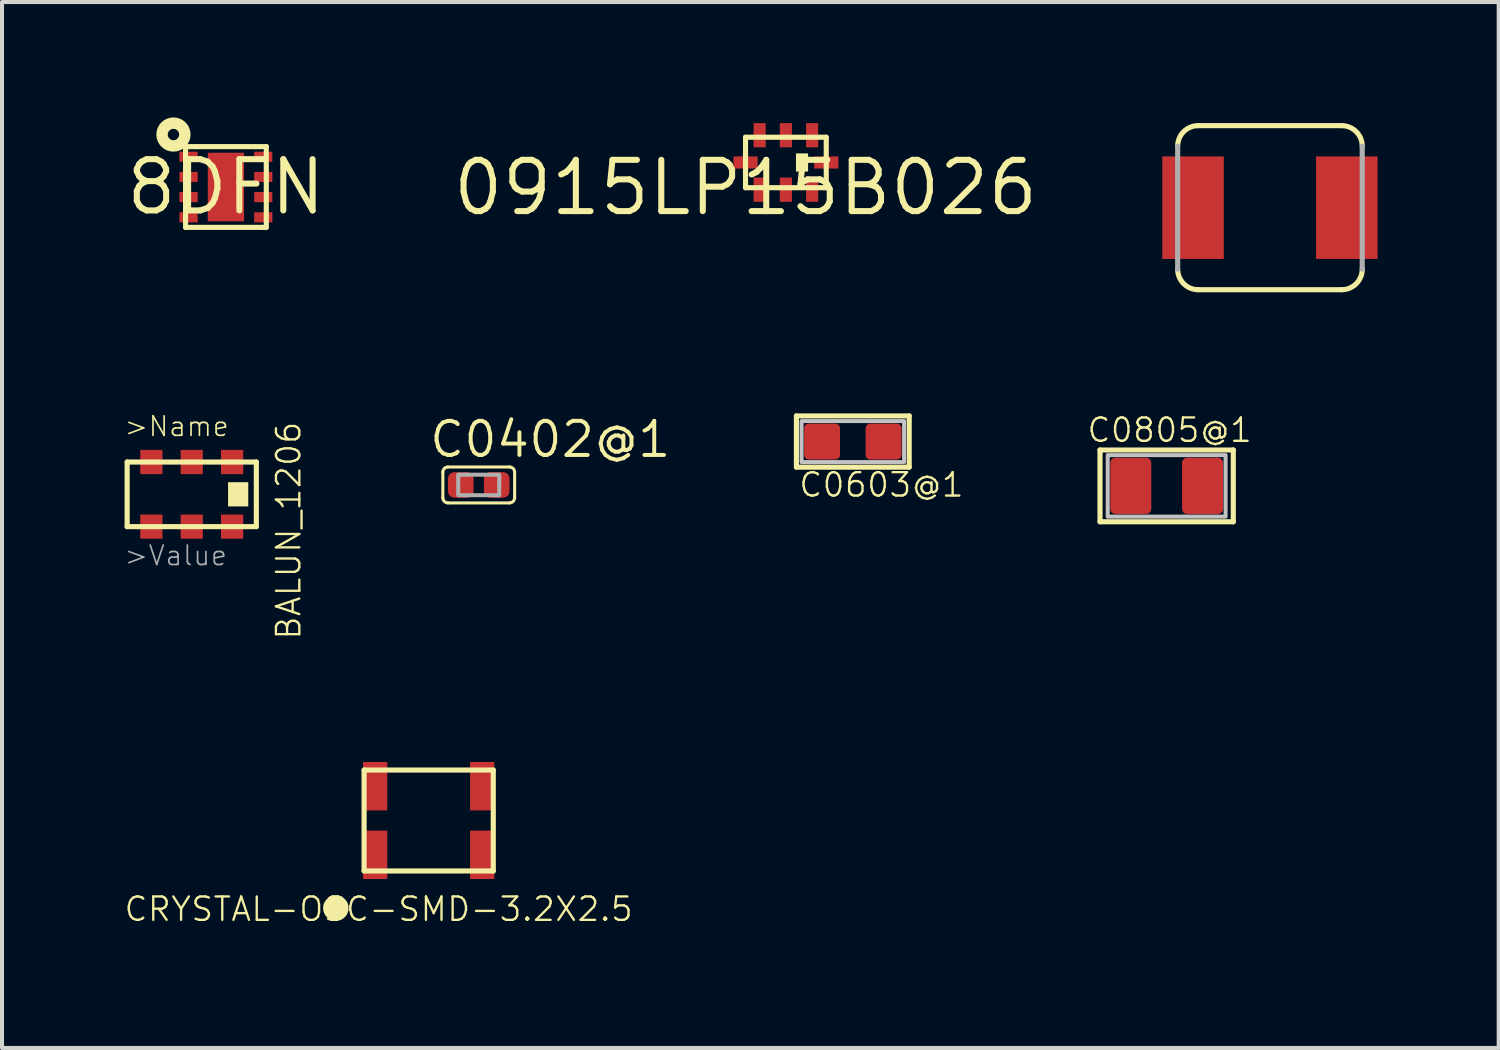
<source format=kicad_pcb>
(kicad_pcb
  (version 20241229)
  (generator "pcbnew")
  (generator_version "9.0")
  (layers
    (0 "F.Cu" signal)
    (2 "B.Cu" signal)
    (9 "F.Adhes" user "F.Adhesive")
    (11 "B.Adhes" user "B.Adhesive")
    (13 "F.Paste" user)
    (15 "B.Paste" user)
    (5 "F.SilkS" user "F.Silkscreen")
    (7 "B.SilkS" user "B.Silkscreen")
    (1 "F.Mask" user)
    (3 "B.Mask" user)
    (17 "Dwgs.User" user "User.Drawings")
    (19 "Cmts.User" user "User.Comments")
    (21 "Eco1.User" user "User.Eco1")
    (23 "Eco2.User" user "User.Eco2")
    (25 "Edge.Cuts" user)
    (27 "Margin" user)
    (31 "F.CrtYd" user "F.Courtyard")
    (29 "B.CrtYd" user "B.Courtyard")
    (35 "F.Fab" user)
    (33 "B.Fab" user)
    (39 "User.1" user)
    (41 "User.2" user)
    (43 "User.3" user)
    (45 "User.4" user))
  (footprint "8DFN"
    (layer "F.Cu")
    (at 2.547 1.583)
    (property "Reference" "8DFN" (at 0 0 0) (layer "F.SilkS") (effects (font (size 1.27 1.27) (thickness 0.15))))
    (attr through_hole)
    (fp_line (start -1 -1) (end 1 -1) (stroke (width 0.127) (type solid)) (layer "F.SilkS"))
    (fp_line (start -1 1) (end -1 -1) (stroke (width 0.127) (type solid)) (layer "F.SilkS"))
    (fp_line (start 1 -1) (end 1 1) (stroke (width 0.127) (type solid)) (layer "F.SilkS"))
    (fp_line (start 1 1) (end -1 1) (stroke (width 0.127) (type solid)) (layer "F.SilkS"))
    (fp_circle (center -1.3 -1.3) (end -1.159 -1.3) (stroke (width 0.283) (type solid)) (fill no) (layer "F.SilkS"))
    (pad "P$1" smd rect (at -0.925 -0.75 90) (size 0.25 0.45) (layers "F.Cu" "F.Mask" "F.Paste"))
    (pad "P$2" smd rect (at -0.925 -0.25 90) (size 0.25 0.45) (layers "F.Cu" "F.Mask" "F.Paste"))
    (pad "P$3" smd rect (at -0.925 0.25 90) (size 0.25 0.45) (layers "F.Cu" "F.Mask" "F.Paste"))
    (pad "P$4" smd rect (at -0.925 0.75 90) (size 0.25 0.45) (layers "F.Cu" "F.Mask" "F.Paste"))
    (pad "P$5" smd rect (at 0.925 0.75 90) (size 0.25 0.45) (layers "F.Cu" "F.Mask" "F.Paste"))
    (pad "P$6" smd rect (at 0.925 0.25 90) (size 0.25 0.45) (layers "F.Cu" "F.Mask" "F.Paste"))
    (pad "P$7" smd rect (at 0.925 -0.25 90) (size 0.25 0.45) (layers "F.Cu" "F.Mask" "F.Paste"))
    (pad "P$8" smd rect (at 0.925 -0.75 90) (size 0.25 0.45) (layers "F.Cu" "F.Mask" "F.Paste"))
    (pad "PAD" smd rect (at 0 0 180) (size 0.9 1.7) (layers "F.Cu" "F.Mask" "F.Paste")))
  (footprint "C0805@1"
    (layer "F.Cu")
    (at 25.852 8.987)
    (property "Reference" "C0805@1" (at -2.005 -1.043 0) (layer "F.SilkS") (effects (font (size 0.579 0.579) (thickness 0.058)) (justify left bottom)))
    (attr through_hole)
    (fp_line (start -1.651 -0.889) (end 1.651 -0.889) (stroke (width 0.127) (type solid)) (layer "F.SilkS"))
    (fp_line (start -1.651 0.889) (end -1.651 -0.889) (stroke (width 0.127) (type solid)) (layer "F.SilkS"))
    (fp_line (start 1.651 -0.889) (end 1.651 0.889) (stroke (width 0.127) (type solid)) (layer "F.SilkS"))
    (fp_line (start 1.651 0.889) (end -1.651 0.889) (stroke (width 0.127) (type solid)) (layer "F.SilkS"))
    (fp_poly (pts (xy -1.46 0.762) (xy 1.46 0.762) (xy 1.46 -0.762) (xy -1.46 -0.762)) (stroke (width 0.1) (type solid)) (fill no) (layer "Dwgs.User"))
    (pad "1" smd roundrect (at -0.889 0) (size 1.016 1.397) (layers "F.Cu" "F.Mask" "F.Paste") (roundrect_rratio 0.125))
    (pad "2" smd roundrect (at 0.889 0) (size 1.016 1.397) (layers "F.Cu" "F.Mask" "F.Paste") (roundrect_rratio 0.125)))
  (footprint "BALUN_1206"
    (layer "F.Cu")
    (at 3.3 9.996)
    (property "Reference" "BALUN_1206" (at 0.8 0.1 270) (layer "F.SilkS") (effects (font (size 0.579 0.579) (thickness 0.058))))
    (attr through_hole)
    (fp_line (start -3.2 -1.6) (end 0 -1.6) (stroke (width 0.127) (type solid)) (layer "F.SilkS"))
    (fp_line (start -3.2 0) (end -3.2 -1.6) (stroke (width 0.127) (type solid)) (layer "F.SilkS"))
    (fp_line (start 0 -1.6) (end 0 0) (stroke (width 0.127) (type solid)) (layer "F.SilkS"))
    (fp_line (start 0 0) (end -3.2 0) (stroke (width 0.127) (type solid)) (layer "F.SilkS"))
    (fp_poly (pts (xy -0.7 -0.5) (xy -0.2 -0.5) (xy -0.2 -1.1) (xy -0.7 -1.1)) (stroke (width 0) (type solid)) (fill yes) (layer "F.SilkS"))
    (fp_text user ">Name" (at -3.3 -2.2 0) (layer "F.SilkS") (effects (font (size 0.483 0.483) (thickness 0.041)) (justify left bottom)))
    (fp_text user ">Value" (at -3.3 1 0) (layer "F.Fab") (effects (font (size 0.483 0.483) (thickness 0.041)) (justify left bottom)))
    (pad "P$1" smd rect (at -0.6 -1.6 270) (size 0.6 0.55) (layers "F.Cu" "F.Mask" "F.Paste"))
    (pad "P$2" smd rect (at -1.6 -1.6 270) (size 0.6 0.55) (layers "F.Cu" "F.Mask" "F.Paste"))
    (pad "P$3" smd rect (at -2.6 -1.6 270) (size 0.6 0.55) (layers "F.Cu" "F.Mask" "F.Paste"))
    (pad "P$4" smd rect (at -2.6 0 270) (size 0.6 0.55) (layers "F.Cu" "F.Mask" "F.Paste"))
    (pad "P$5" smd rect (at -1.6 0 270) (size 0.6 0.55) (layers "F.Cu" "F.Mask" "F.Paste"))
    (pad "P$6" smd rect (at -0.6 0 270) (size 0.6 0.55) (layers "F.Cu" "F.Mask" "F.Paste")))
  (footprint "1616BZ"
    (layer "F.Cu")
    (at 28.411 2.095)
    (property "Reference" "1616BZ" (at -1.27 0.127 180) (layer "F.Mask") (effects (font (size 0.603 0.603) (thickness 0.06)) (justify left bottom)))
    (attr through_hole)
    (fp_line (start -1.778 -2.032) (end 1.778 -2.032) (stroke (width 0.127) (type solid)) (layer "F.SilkS"))
    (fp_line (start 1.778 2.032) (end -1.778 2.032) (stroke (width 0.127) (type solid)) (layer "F.SilkS"))
    (fp_arc (start -2.286 -1.524) (mid -2.13721 -1.88321) (end -1.778 -2.032) (stroke (width 0.127) (type solid)) (layer "F.SilkS"))
    (fp_arc (start -1.778 2.032) (mid -2.13721 1.88321) (end -2.286 1.524) (stroke (width 0.127) (type solid)) (layer "F.SilkS"))
    (fp_arc (start 1.778 -2.032) (mid 2.13721 -1.88321) (end 2.286 -1.524) (stroke (width 0.127) (type solid)) (layer "F.SilkS"))
    (fp_arc (start 2.286 1.524) (mid 2.13721 1.88321) (end 1.778 2.032) (stroke (width 0.127) (type solid)) (layer "F.SilkS"))
    (fp_line (start -2.286 1.524) (end -2.286 -1.524) (stroke (width 0.127) (type solid)) (layer "F.Fab"))
    (fp_line (start 2.286 -1.524) (end 2.286 1.524) (stroke (width 0.127) (type solid)) (layer "F.Fab"))
    (pad "1" smd rect (at -1.905 0 90) (size 2.54 1.524) (layers "F.Cu" "F.Mask" "F.Paste"))
    (pad "2" smd rect (at 1.905 0 90) (size 2.54 1.524) (layers "F.Cu" "F.Mask" "F.Paste")))
  (footprint "0915LP15B026"
    (layer "F.Cu")
    (at 15.419 1.6)
    (property "Reference" "0915LP15B026" (at 0 0 0) (layer "F.SilkS") (effects (font (size 1.27 1.27) (thickness 0.15))))
    (attr through_hole)
    (fp_line (start 0 -1.25) (end 2 -1.25) (stroke (width 0.127) (type solid)) (layer "F.SilkS"))
    (fp_line (start 0 0) (end 0 -1.25) (stroke (width 0.127) (type solid)) (layer "F.SilkS"))
    (fp_line (start 0 0) (end 2 0) (stroke (width 0.127) (type solid)) (layer "F.SilkS"))
    (fp_line (start 2 0) (end 2 -1.25) (stroke (width 0.127) (type solid)) (layer "F.SilkS"))
    (fp_poly (pts (xy 1.25 -0.4) (xy 1.55 -0.4) (xy 1.55 -0.85) (xy 1.25 -0.85)) (stroke (width 0) (type solid)) (fill yes) (layer "F.SilkS"))
    (pad "1" smd rect (at 1.65 -1.3) (size 0.3 0.6) (layers "F.Cu" "F.Mask" "F.Paste"))
    (pad "2" smd rect (at 1 -1.3) (size 0.3 0.6) (layers "F.Cu" "F.Mask" "F.Paste"))
    (pad "3" smd rect (at 0.35 -1.3) (size 0.3 0.6) (layers "F.Cu" "F.Mask" "F.Paste"))
    (pad "4" smd rect (at 0 -0.625 90) (size 0.3 0.6) (layers "F.Cu" "F.Mask" "F.Paste"))
    (pad "5" smd rect (at 0.35 0.05) (size 0.3 0.6) (layers "F.Cu" "F.Mask" "F.Paste"))
    (pad "6" smd rect (at 1 0.05) (size 0.3 0.6) (layers "F.Cu" "F.Mask" "F.Paste"))
    (pad "7" smd rect (at 1.65 0.05) (size 0.3 0.6) (layers "F.Cu" "F.Mask" "F.Paste"))
    (pad "8" smd rect (at 2 -0.625 90) (size 0.3 0.6) (layers "F.Cu" "F.Mask" "F.Paste")))
  (footprint "C0402@1"
    (layer "F.Cu")
    (at 8.81 8.964)
    (property "Reference" "C0402@1" (at -1.27 -0.635 0) (layer "F.SilkS") (effects (font (size 0.845 0.845) (thickness 0.098)) (justify left bottom)))
    (attr through_hole)
    (fp_line (start -0.889 0.318) (end -0.889 -0.318) (stroke (width 0.076) (type solid)) (layer "F.SilkS"))
    (fp_line (start -0.762 -0.445) (end 0.762 -0.445) (stroke (width 0.076) (type solid)) (layer "F.SilkS"))
    (fp_line (start 0.762 0.445) (end -0.762 0.445) (stroke (width 0.076) (type solid)) (layer "F.SilkS"))
    (fp_line (start 0.889 -0.318) (end 0.889 0.318) (stroke (width 0.076) (type solid)) (layer "F.SilkS"))
    (fp_arc (start -0.889 -0.3175) (mid -0.851803 -0.407303) (end -0.762 -0.4445) (stroke (width 0.0762) (type solid)) (layer "F.SilkS"))
    (fp_arc (start -0.762 0.4445) (mid -0.851803 0.407303) (end -0.889 0.3175) (stroke (width 0.0762) (type solid)) (layer "F.SilkS"))
    (fp_arc (start 0.762 -0.4445) (mid 0.851803 -0.407303) (end 0.889 -0.3175) (stroke (width 0.0762) (type solid)) (layer "F.SilkS"))
    (fp_arc (start 0.889 0.3175) (mid 0.851803 0.407303) (end 0.762 0.4445) (stroke (width 0.0762) (type solid)) (layer "F.SilkS"))
    (fp_poly (pts (xy -0.508 -0.254) (xy 0.508 -0.254) (xy 0.508 0.254) (xy -0.508 0.254)) (stroke (width 0.1) (type solid)) (fill no) (layer "F.Fab"))
    (pad "1" smd roundrect (at -0.445 0) (size 0.635 0.635) (layers "F.Cu" "F.Mask" "F.Paste") (roundrect_rratio 0.25))
    (pad "2" smd roundrect (at 0.445 0) (size 0.635 0.635) (layers "F.Cu" "F.Mask" "F.Paste") (roundrect_rratio 0.25)))
  (footprint "CRYSTAL-OSC-SMD-3.2X2.5"
    (layer "F.Cu")
    (at 7.57 17.277)
    (property "Reference" "CRYSTAL-OSC-SMD-3.2X2.5" (at -1.24 2.195 180) (layer "F.SilkS") (effects (font (size 0.579 0.579) (thickness 0.058))))
    (attr through_hole)
    (fp_line (start -1.6 -1.25) (end 1.6 -1.25) (stroke (width 0.127) (type solid)) (layer "F.SilkS"))
    (fp_line (start -1.6 1.25) (end -1.6 -1.25) (stroke (width 0.127) (type solid)) (layer "F.SilkS"))
    (fp_line (start 1.6 -1.25) (end 1.6 1.25) (stroke (width 0.127) (type solid)) (layer "F.SilkS"))
    (fp_line (start 1.6 1.25) (end -1.6 1.25) (stroke (width 0.127) (type solid)) (layer "F.SilkS"))
    (fp_circle (center -2.3 2.17) (end -2.142 2.17) (stroke (width 0.316) (type solid)) (fill no) (layer "F.SilkS"))
    (pad "P$1" smd rect (at -1.325 0.85 90) (size 1.2 0.6) (layers "F.Cu" "F.Mask" "F.Paste"))
    (pad "P$2" smd rect (at 1.325 0.85 90) (size 1.2 0.6) (layers "F.Cu" "F.Mask" "F.Paste"))
    (pad "P$3" smd rect (at 1.325 -0.85 90) (size 1.2 0.6) (layers "F.Cu" "F.Mask" "F.Paste"))
    (pad "P$4" smd rect (at -1.325 -0.85 90) (size 1.2 0.6) (layers "F.Cu" "F.Mask" "F.Paste")))
  (footprint "C0603@1"
    (layer "F.Cu")
    (at 18.077 7.889)
    (property "Reference" "C0603@1" (at -1.37 1.411 0) (layer "F.SilkS") (effects (font (size 0.579 0.579) (thickness 0.058)) (justify left bottom)))
    (attr through_hole)
    (fp_line (start -1.397 -0.635) (end 1.397 -0.635) (stroke (width 0.127) (type solid)) (layer "F.SilkS"))
    (fp_line (start -1.397 0.635) (end -1.397 -0.635) (stroke (width 0.127) (type solid)) (layer "F.SilkS"))
    (fp_line (start 1.397 -0.635) (end 1.397 0.635) (stroke (width 0.127) (type solid)) (layer "F.SilkS"))
    (fp_line (start 1.397 0.635) (end -1.397 0.635) (stroke (width 0.127) (type solid)) (layer "F.SilkS"))
    (fp_poly (pts (xy -1.27 0.508) (xy 1.27 0.508) (xy 1.27 -0.508) (xy -1.27 -0.508)) (stroke (width 0.1) (type solid)) (fill no) (layer "Dwgs.User"))
    (pad "1" smd roundrect (at -0.762 0) (size 0.889 0.889) (layers "F.Cu" "F.Mask" "F.Paste") (roundrect_rratio 0.125))
    (pad "2" smd roundrect (at 0.762 0) (size 0.889 0.889) (layers "F.Cu" "F.Mask" "F.Paste") (roundrect_rratio 0.125)))
  (gr_rect
    (start -3 -3)
    (end 34.078 22.912)
    (stroke (width 0.1) (type default))
    (fill no)
    (layer "Edge.Cuts")))
</source>
